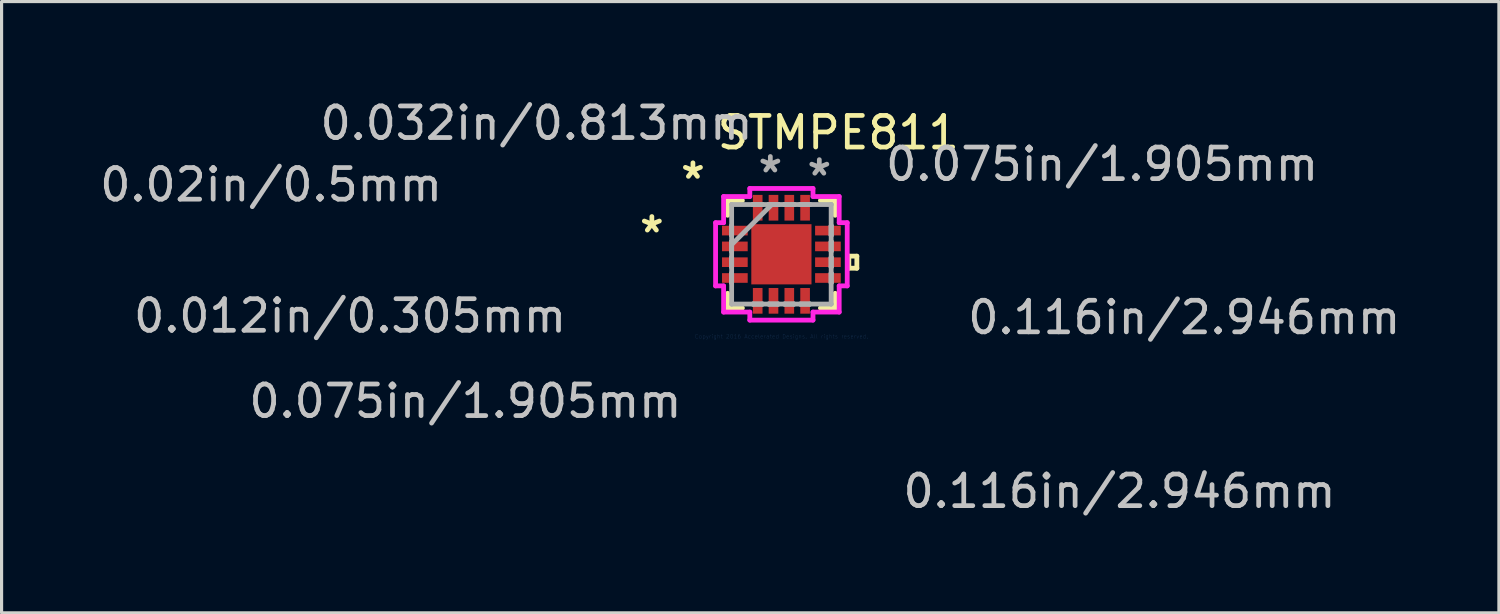
<source format=kicad_pcb>
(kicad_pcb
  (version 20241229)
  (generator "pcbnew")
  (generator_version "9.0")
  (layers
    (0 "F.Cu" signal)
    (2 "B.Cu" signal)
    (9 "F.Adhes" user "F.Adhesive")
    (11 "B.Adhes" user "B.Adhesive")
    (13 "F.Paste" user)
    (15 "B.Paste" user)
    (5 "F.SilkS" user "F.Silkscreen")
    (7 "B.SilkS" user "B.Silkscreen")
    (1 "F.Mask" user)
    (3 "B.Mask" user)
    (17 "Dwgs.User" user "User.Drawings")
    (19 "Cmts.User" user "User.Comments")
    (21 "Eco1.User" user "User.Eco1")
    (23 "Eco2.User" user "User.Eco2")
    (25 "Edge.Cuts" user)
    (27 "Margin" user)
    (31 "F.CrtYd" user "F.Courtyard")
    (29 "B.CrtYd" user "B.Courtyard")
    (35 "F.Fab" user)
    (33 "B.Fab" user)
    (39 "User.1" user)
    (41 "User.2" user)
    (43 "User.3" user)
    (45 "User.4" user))
  (footprint "STMPE811"
    (layer "F.Cu")
    (at 21.68 4.998)
    (property "Reference" "STMPE811" (at 1.8 -3.85 0) (layer "F.SilkS") (effects (font (size 1 1) (thickness 0.15))))
    (attr through_hole)
    (fp_line (start -1.702 -1.702) (end -1.702 -1.235) (stroke (width 0.152) (type solid)) (layer "F.SilkS"))
    (fp_line (start -1.702 1.235) (end -1.702 1.702) (stroke (width 0.152) (type solid)) (layer "F.SilkS"))
    (fp_line (start -1.702 1.702) (end -1.235 1.702) (stroke (width 0.152) (type solid)) (layer "F.SilkS"))
    (fp_line (start -1.235 -1.702) (end -1.702 -1.702) (stroke (width 0.152) (type solid)) (layer "F.SilkS"))
    (fp_line (start 1.235 1.702) (end 1.702 1.702) (stroke (width 0.152) (type solid)) (layer "F.SilkS"))
    (fp_line (start 1.702 -1.702) (end 1.235 -1.702) (stroke (width 0.152) (type solid)) (layer "F.SilkS"))
    (fp_line (start 1.702 -1.235) (end 1.702 -1.702) (stroke (width 0.152) (type solid)) (layer "F.SilkS"))
    (fp_line (start 1.702 1.702) (end 1.702 1.235) (stroke (width 0.152) (type solid)) (layer "F.SilkS"))
    (fp_line (start 2.134 0.059) (end 2.388 0.059) (stroke (width 0.152) (type solid)) (layer "F.SilkS"))
    (fp_line (start 2.134 0.441) (end 2.134 0.059) (stroke (width 0.152) (type solid)) (layer "F.SilkS"))
    (fp_line (start 2.388 0.059) (end 2.388 0.441) (stroke (width 0.152) (type solid)) (layer "F.SilkS"))
    (fp_line (start 2.388 0.441) (end 2.134 0.441) (stroke (width 0.152) (type solid)) (layer "F.SilkS"))
    (fp_line (start -0.953 -0.953) (end -0.953 0.953) (stroke (width 0.152) (type solid)) (layer "F.Paste"))
    (fp_line (start -0.953 0.953) (end 0.953 0.953) (stroke (width 0.152) (type solid)) (layer "F.Paste"))
    (fp_line (start 0.953 -0.953) (end -0.953 -0.953) (stroke (width 0.152) (type solid)) (layer "F.Paste"))
    (fp_line (start 0.953 0.953) (end 0.953 -0.953) (stroke (width 0.152) (type solid)) (layer "F.Paste"))
    (fp_line (start -2.083 -1) (end -1.829 -1) (stroke (width 0.152) (type solid)) (layer "F.CrtYd"))
    (fp_line (start -2.083 1) (end -2.083 -1) (stroke (width 0.152) (type solid)) (layer "F.CrtYd"))
    (fp_line (start -1.829 -1.829) (end -1 -1.829) (stroke (width 0.152) (type solid)) (layer "F.CrtYd"))
    (fp_line (start -1.829 -1) (end -1.829 -1.829) (stroke (width 0.152) (type solid)) (layer "F.CrtYd"))
    (fp_line (start -1.829 1) (end -2.083 1) (stroke (width 0.152) (type solid)) (layer "F.CrtYd"))
    (fp_line (start -1.829 1.829) (end -1.829 1) (stroke (width 0.152) (type solid)) (layer "F.CrtYd"))
    (fp_line (start -1 -2.083) (end 1 -2.083) (stroke (width 0.152) (type solid)) (layer "F.CrtYd"))
    (fp_line (start -1 -1.829) (end -1 -2.083) (stroke (width 0.152) (type solid)) (layer "F.CrtYd"))
    (fp_line (start -1 1.829) (end -1.829 1.829) (stroke (width 0.152) (type solid)) (layer "F.CrtYd"))
    (fp_line (start -1 2.083) (end -1 1.829) (stroke (width 0.152) (type solid)) (layer "F.CrtYd"))
    (fp_line (start 1 -2.083) (end 1 -1.829) (stroke (width 0.152) (type solid)) (layer "F.CrtYd"))
    (fp_line (start 1 -1.829) (end 1.829 -1.829) (stroke (width 0.152) (type solid)) (layer "F.CrtYd"))
    (fp_line (start 1 1.829) (end 1 2.083) (stroke (width 0.152) (type solid)) (layer "F.CrtYd"))
    (fp_line (start 1 2.083) (end -1 2.083) (stroke (width 0.152) (type solid)) (layer "F.CrtYd"))
    (fp_line (start 1.829 -1.829) (end 1.829 -1) (stroke (width 0.152) (type solid)) (layer "F.CrtYd"))
    (fp_line (start 1.829 -1) (end 2.083 -1) (stroke (width 0.152) (type solid)) (layer "F.CrtYd"))
    (fp_line (start 1.829 1) (end 1.829 1.829) (stroke (width 0.152) (type solid)) (layer "F.CrtYd"))
    (fp_line (start 1.829 1.829) (end 1 1.829) (stroke (width 0.152) (type solid)) (layer "F.CrtYd"))
    (fp_line (start 2.083 -1) (end 2.083 1) (stroke (width 0.152) (type solid)) (layer "F.CrtYd"))
    (fp_line (start 2.083 1) (end 1.829 1) (stroke (width 0.152) (type solid)) (layer "F.CrtYd"))
    (fp_line (start -1.575 -1.575) (end -1.575 -1.575) (stroke (width 0.152) (type solid)) (layer "F.Fab"))
    (fp_line (start -1.575 -1.575) (end -1.575 1.575) (stroke (width 0.152) (type solid)) (layer "F.Fab"))
    (fp_line (start -1.575 -0.902) (end -1.575 -0.902) (stroke (width 0.152) (type solid)) (layer "F.Fab"))
    (fp_line (start -1.575 -0.902) (end -1.575 -0.598) (stroke (width 0.152) (type solid)) (layer "F.Fab"))
    (fp_line (start -1.575 -0.598) (end -1.575 -0.902) (stroke (width 0.152) (type solid)) (layer "F.Fab"))
    (fp_line (start -1.575 -0.598) (end -1.575 -0.598) (stroke (width 0.152) (type solid)) (layer "F.Fab"))
    (fp_line (start -1.575 -0.402) (end -1.575 -0.402) (stroke (width 0.152) (type solid)) (layer "F.Fab"))
    (fp_line (start -1.575 -0.402) (end -1.575 -0.098) (stroke (width 0.152) (type solid)) (layer "F.Fab"))
    (fp_line (start -1.575 -0.305) (end -0.305 -1.575) (stroke (width 0.152) (type solid)) (layer "F.Fab"))
    (fp_line (start -1.575 -0.098) (end -1.575 -0.402) (stroke (width 0.152) (type solid)) (layer "F.Fab"))
    (fp_line (start -1.575 -0.098) (end -1.575 -0.098) (stroke (width 0.152) (type solid)) (layer "F.Fab"))
    (fp_line (start -1.575 0.098) (end -1.575 0.098) (stroke (width 0.152) (type solid)) (layer "F.Fab"))
    (fp_line (start -1.575 0.098) (end -1.575 0.402) (stroke (width 0.152) (type solid)) (layer "F.Fab"))
    (fp_line (start -1.575 0.402) (end -1.575 0.098) (stroke (width 0.152) (type solid)) (layer "F.Fab"))
    (fp_line (start -1.575 0.402) (end -1.575 0.402) (stroke (width 0.152) (type solid)) (layer "F.Fab"))
    (fp_line (start -1.575 0.598) (end -1.575 0.598) (stroke (width 0.152) (type solid)) (layer "F.Fab"))
    (fp_line (start -1.575 0.598) (end -1.575 0.902) (stroke (width 0.152) (type solid)) (layer "F.Fab"))
    (fp_line (start -1.575 0.902) (end -1.575 0.598) (stroke (width 0.152) (type solid)) (layer "F.Fab"))
    (fp_line (start -1.575 0.902) (end -1.575 0.902) (stroke (width 0.152) (type solid)) (layer "F.Fab"))
    (fp_line (start -1.575 1.575) (end -1.575 1.575) (stroke (width 0.152) (type solid)) (layer "F.Fab"))
    (fp_line (start -1.575 1.575) (end 1.575 1.575) (stroke (width 0.152) (type solid)) (layer "F.Fab"))
    (fp_line (start -0.902 -1.575) (end -0.902 -1.575) (stroke (width 0.152) (type solid)) (layer "F.Fab"))
    (fp_line (start -0.902 -1.575) (end -0.598 -1.575) (stroke (width 0.152) (type solid)) (layer "F.Fab"))
    (fp_line (start -0.902 1.575) (end -0.902 1.575) (stroke (width 0.152) (type solid)) (layer "F.Fab"))
    (fp_line (start -0.902 1.575) (end -0.598 1.575) (stroke (width 0.152) (type solid)) (layer "F.Fab"))
    (fp_line (start -0.598 -1.575) (end -0.902 -1.575) (stroke (width 0.152) (type solid)) (layer "F.Fab"))
    (fp_line (start -0.598 -1.575) (end -0.598 -1.575) (stroke (width 0.152) (type solid)) (layer "F.Fab"))
    (fp_line (start -0.598 1.575) (end -0.902 1.575) (stroke (width 0.152) (type solid)) (layer "F.Fab"))
    (fp_line (start -0.598 1.575) (end -0.598 1.575) (stroke (width 0.152) (type solid)) (layer "F.Fab"))
    (fp_line (start -0.402 -1.575) (end -0.402 -1.575) (stroke (width 0.152) (type solid)) (layer "F.Fab"))
    (fp_line (start -0.402 -1.575) (end -0.098 -1.575) (stroke (width 0.152) (type solid)) (layer "F.Fab"))
    (fp_line (start -0.402 1.575) (end -0.402 1.575) (stroke (width 0.152) (type solid)) (layer "F.Fab"))
    (fp_line (start -0.402 1.575) (end -0.098 1.575) (stroke (width 0.152) (type solid)) (layer "F.Fab"))
    (fp_line (start -0.098 -1.575) (end -0.402 -1.575) (stroke (width 0.152) (type solid)) (layer "F.Fab"))
    (fp_line (start -0.098 -1.575) (end -0.098 -1.575) (stroke (width 0.152) (type solid)) (layer "F.Fab"))
    (fp_line (start -0.098 1.575) (end -0.402 1.575) (stroke (width 0.152) (type solid)) (layer "F.Fab"))
    (fp_line (start -0.098 1.575) (end -0.098 1.575) (stroke (width 0.152) (type solid)) (layer "F.Fab"))
    (fp_line (start 0.098 -1.575) (end 0.098 -1.575) (stroke (width 0.152) (type solid)) (layer "F.Fab"))
    (fp_line (start 0.098 -1.575) (end 0.402 -1.575) (stroke (width 0.152) (type solid)) (layer "F.Fab"))
    (fp_line (start 0.098 1.575) (end 0.098 1.575) (stroke (width 0.152) (type solid)) (layer "F.Fab"))
    (fp_line (start 0.098 1.575) (end 0.402 1.575) (stroke (width 0.152) (type solid)) (layer "F.Fab"))
    (fp_line (start 0.402 -1.575) (end 0.098 -1.575) (stroke (width 0.152) (type solid)) (layer "F.Fab"))
    (fp_line (start 0.402 -1.575) (end 0.402 -1.575) (stroke (width 0.152) (type solid)) (layer "F.Fab"))
    (fp_line (start 0.402 1.575) (end 0.098 1.575) (stroke (width 0.152) (type solid)) (layer "F.Fab"))
    (fp_line (start 0.402 1.575) (end 0.402 1.575) (stroke (width 0.152) (type solid)) (layer "F.Fab"))
    (fp_line (start 0.598 -1.575) (end 0.598 -1.575) (stroke (width 0.152) (type solid)) (layer "F.Fab"))
    (fp_line (start 0.598 -1.575) (end 0.902 -1.575) (stroke (width 0.152) (type solid)) (layer "F.Fab"))
    (fp_line (start 0.598 1.575) (end 0.598 1.575) (stroke (width 0.152) (type solid)) (layer "F.Fab"))
    (fp_line (start 0.598 1.575) (end 0.902 1.575) (stroke (width 0.152) (type solid)) (layer "F.Fab"))
    (fp_line (start 0.902 -1.575) (end 0.598 -1.575) (stroke (width 0.152) (type solid)) (layer "F.Fab"))
    (fp_line (start 0.902 -1.575) (end 0.902 -1.575) (stroke (width 0.152) (type solid)) (layer "F.Fab"))
    (fp_line (start 0.902 1.575) (end 0.598 1.575) (stroke (width 0.152) (type solid)) (layer "F.Fab"))
    (fp_line (start 0.902 1.575) (end 0.902 1.575) (stroke (width 0.152) (type solid)) (layer "F.Fab"))
    (fp_line (start 1.575 -1.575) (end -1.575 -1.575) (stroke (width 0.152) (type solid)) (layer "F.Fab"))
    (fp_line (start 1.575 -1.575) (end 1.575 -1.575) (stroke (width 0.152) (type solid)) (layer "F.Fab"))
    (fp_line (start 1.575 -0.902) (end 1.575 -0.902) (stroke (width 0.152) (type solid)) (layer "F.Fab"))
    (fp_line (start 1.575 -0.902) (end 1.575 -0.598) (stroke (width 0.152) (type solid)) (layer "F.Fab"))
    (fp_line (start 1.575 -0.598) (end 1.575 -0.902) (stroke (width 0.152) (type solid)) (layer "F.Fab"))
    (fp_line (start 1.575 -0.598) (end 1.575 -0.598) (stroke (width 0.152) (type solid)) (layer "F.Fab"))
    (fp_line (start 1.575 -0.402) (end 1.575 -0.402) (stroke (width 0.152) (type solid)) (layer "F.Fab"))
    (fp_line (start 1.575 -0.402) (end 1.575 -0.098) (stroke (width 0.152) (type solid)) (layer "F.Fab"))
    (fp_line (start 1.575 -0.098) (end 1.575 -0.402) (stroke (width 0.152) (type solid)) (layer "F.Fab"))
    (fp_line (start 1.575 -0.098) (end 1.575 -0.098) (stroke (width 0.152) (type solid)) (layer "F.Fab"))
    (fp_line (start 1.575 0.098) (end 1.575 0.098) (stroke (width 0.152) (type solid)) (layer "F.Fab"))
    (fp_line (start 1.575 0.098) (end 1.575 0.402) (stroke (width 0.152) (type solid)) (layer "F.Fab"))
    (fp_line (start 1.575 0.402) (end 1.575 0.098) (stroke (width 0.152) (type solid)) (layer "F.Fab"))
    (fp_line (start 1.575 0.402) (end 1.575 0.402) (stroke (width 0.152) (type solid)) (layer "F.Fab"))
    (fp_line (start 1.575 0.598) (end 1.575 0.598) (stroke (width 0.152) (type solid)) (layer "F.Fab"))
    (fp_line (start 1.575 0.598) (end 1.575 0.902) (stroke (width 0.152) (type solid)) (layer "F.Fab"))
    (fp_line (start 1.575 0.902) (end 1.575 0.598) (stroke (width 0.152) (type solid)) (layer "F.Fab"))
    (fp_line (start 1.575 0.902) (end 1.575 0.902) (stroke (width 0.152) (type solid)) (layer "F.Fab"))
    (fp_line (start 1.575 1.575) (end 1.575 -1.575) (stroke (width 0.152) (type solid)) (layer "F.Fab"))
    (fp_line (start 1.575 1.575) (end 1.575 1.575) (stroke (width 0.152) (type solid)) (layer "F.Fab"))
    (fp_text user "*" (at -2.8 -2.35 0) (layer "F.SilkS") (effects (font (size 1 1) (thickness 0.15))))
    (fp_text user "*" (at -4.1 -0.65 0) (layer "F.SilkS") (effects (font (size 1 1) (thickness 0.15))))
    (fp_text user "0.075in/1.905mm" (at 10.15 -2.85 0) (layer "Dwgs.User") (effects (font (size 1 1) (thickness 0.15))))
    (fp_text user "0.116in/2.946mm" (at 12.75 2 0) (layer "Dwgs.User") (effects (font (size 1 1) (thickness 0.15))))
    (fp_text user "0.075in/1.905mm" (at -10 4.65 0) (layer "Dwgs.User") (effects (font (size 1 1) (thickness 0.15))))
    (fp_text user "0.012in/0.305mm" (at -13.65 1.95 0) (layer "Dwgs.User") (effects (font (size 1 1) (thickness 0.15))))
    (fp_text user "0.116in/2.946mm" (at 10.7 7.5 0) (layer "Dwgs.User") (effects (font (size 1 1) (thickness 0.15))))
    (fp_text user "0.02in/0.5mm" (at -16.15 -2.2 0) (layer "Dwgs.User") (effects (font (size 1 1) (thickness 0.15))))
    (fp_text user "0.032in/0.813mm" (at -7.75 -4.15 0) (layer "Dwgs.User") (effects (font (size 1 1) (thickness 0.15))))
    (fp_text user "Copyright 2016 Accelerated Designs. All rights reserved." (at 0 2.6 0) (layer "Cmts.User") (effects (font (size 0.127 0.127) (thickness 0.002))))
    (fp_text user "*" (at 1.2 -2.45 0) (layer "F.Fab") (effects (font (size 1 1) (thickness 0.15))))
    (fp_text user "*" (at -0.35 -2.55 0) (layer "F.Fab") (effects (font (size 1 1) (thickness 0.15))))
    (pad "1" smd rect (at -1.473 -0.75 90) (size 0.305 0.813) (layers "F.Cu" "F.Mask" "F.Paste"))
    (pad "2" smd rect (at -1.473 -0.25 90) (size 0.305 0.813) (layers "F.Cu" "F.Mask" "F.Paste"))
    (pad "3" smd rect (at -1.473 0.25 90) (size 0.305 0.813) (layers "F.Cu" "F.Mask" "F.Paste"))
    (pad "4" smd rect (at -1.473 0.75 90) (size 0.305 0.813) (layers "F.Cu" "F.Mask" "F.Paste"))
    (pad "5" smd rect (at -0.75 1.473) (size 0.305 0.813) (layers "F.Cu" "F.Mask" "F.Paste"))
    (pad "6" smd rect (at -0.25 1.473) (size 0.305 0.813) (layers "F.Cu" "F.Mask" "F.Paste"))
    (pad "7" smd rect (at 0.25 1.473) (size 0.305 0.813) (layers "F.Cu" "F.Mask" "F.Paste"))
    (pad "8" smd rect (at 0.75 1.473) (size 0.305 0.813) (layers "F.Cu" "F.Mask" "F.Paste"))
    (pad "9" smd rect (at 1.473 0.75 90) (size 0.305 0.813) (layers "F.Cu" "F.Mask" "F.Paste"))
    (pad "10" smd rect (at 1.473 0.25 90) (size 0.305 0.813) (layers "F.Cu" "F.Mask" "F.Paste"))
    (pad "11" smd rect (at 1.473 -0.25 90) (size 0.305 0.813) (layers "F.Cu" "F.Mask" "F.Paste"))
    (pad "12" smd rect (at 1.473 -0.75 90) (size 0.305 0.813) (layers "F.Cu" "F.Mask" "F.Paste"))
    (pad "13" smd rect (at 0.75 -1.473) (size 0.305 0.813) (layers "F.Cu" "F.Mask" "F.Paste"))
    (pad "14" smd rect (at 0.25 -1.473) (size 0.305 0.813) (layers "F.Cu" "F.Mask" "F.Paste"))
    (pad "15" smd rect (at -0.25 -1.473) (size 0.305 0.813) (layers "F.Cu" "F.Mask" "F.Paste"))
    (pad "16" smd rect (at -0.75 -1.473) (size 0.305 0.813) (layers "F.Cu" "F.Mask" "F.Paste"))
    (pad "17" smd rect (at 0 0) (size 1.905 1.905) (layers "F.Cu" "F.Mask" "F.Paste")))
  (gr_rect
    (start -3 -3)
    (end 44.388 16.346)
    (stroke (width 0.1) (type default))
    (fill no)
    (layer "Edge.Cuts")))
</source>
